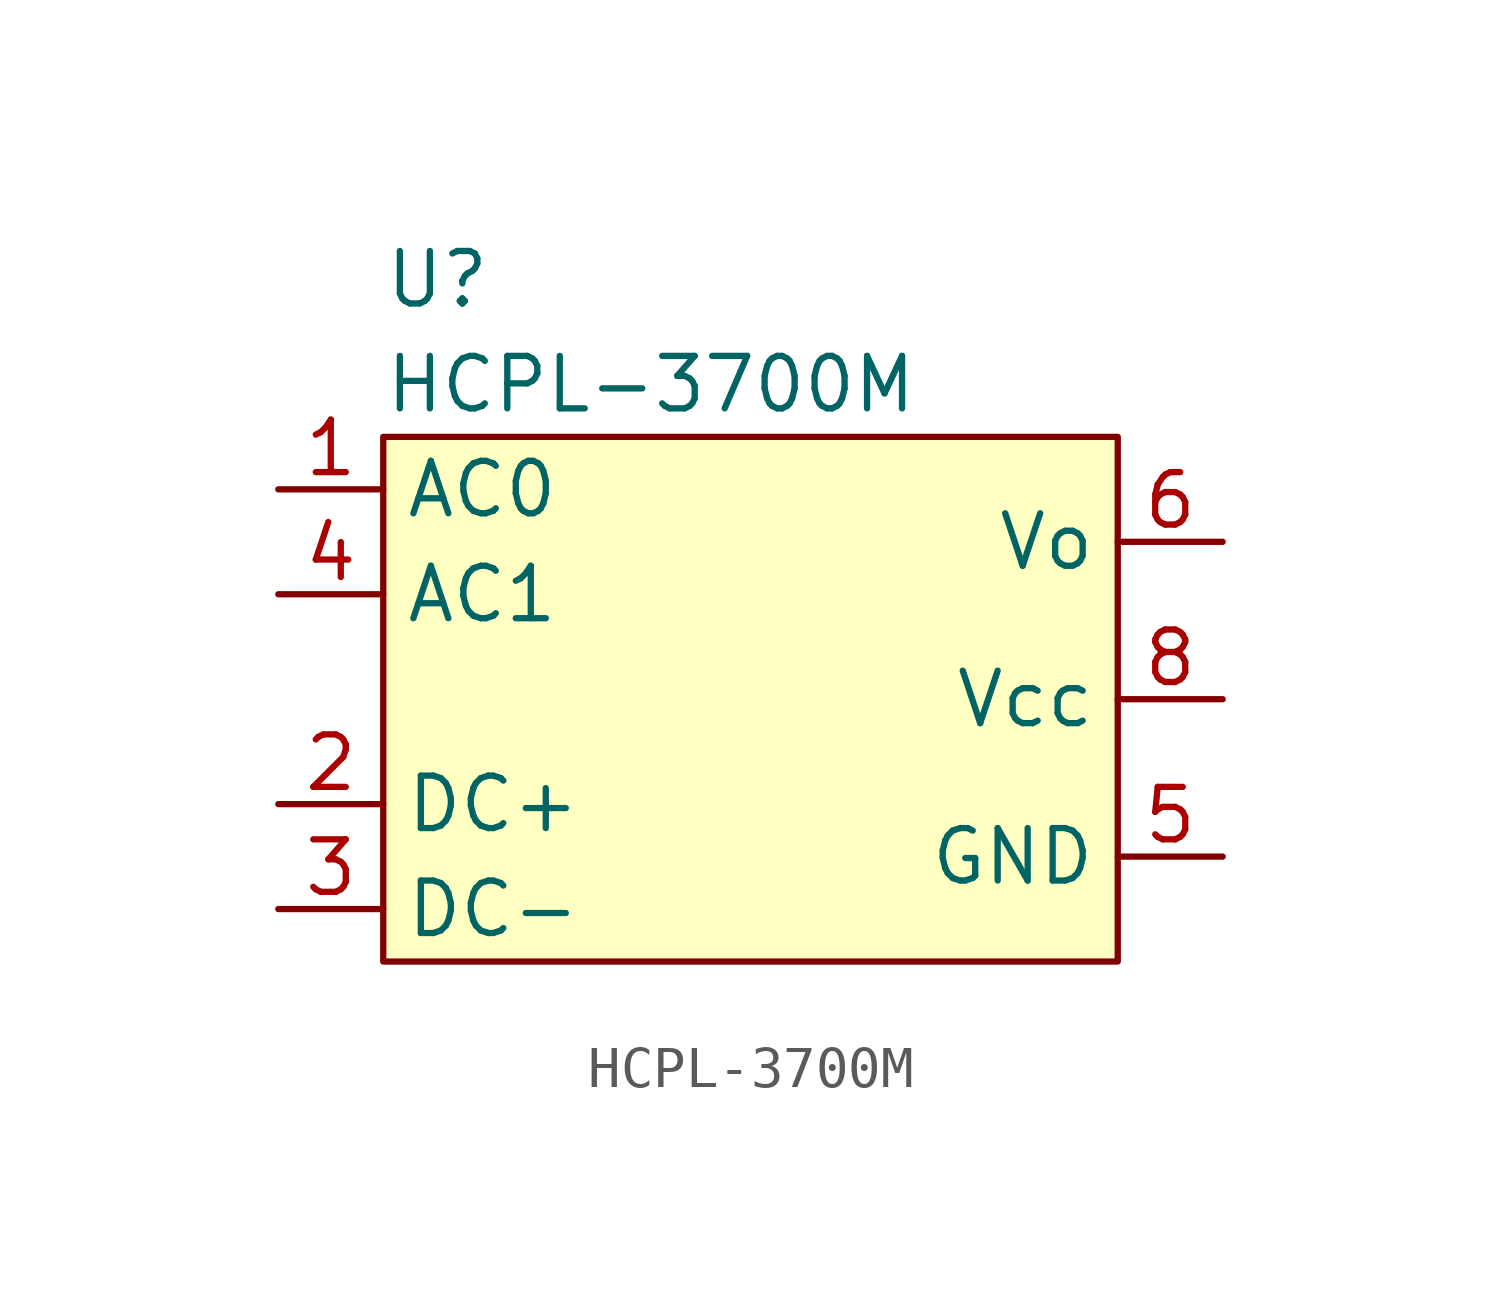
<source format=kicad_sym>
(kicad_symbol_lib
  (version 20220914)
  (generator kicad_symbol_editor)
  (symbol "HCPL-3700M"
    (property "Reference" "U"
      (at -8.89 6.35 0)
      (effects (font (size 1.27 1.27)) (justify left)))
    (property "Value" "HCPL-3700M"
      (at -8.89 3.81 0)
      (effects (font (size 1.27 1.27)) (justify left)))
    (symbol "HCPL-3700M_1_1"
      (rectangle (start -8.89 2.54) (end 8.89 -10.16) (stroke (width 0) (type default)) (fill (type background)))
      (pin passive line (at -11.43 1.27 0) (length 2.54) (name "AC0" (effects (font (size 1.27 1.27)))) (number "1" (effects (font (size 1.27 1.27)))))
      (pin passive line (at -11.43 -6.35 0) (length 2.54) (name "DC+" (effects (font (size 1.27 1.27)))) (number "2" (effects (font (size 1.27 1.27)))))
      (pin passive line (at -11.43 -8.89 0) (length 2.54) (name "DC-" (effects (font (size 1.27 1.27)))) (number "3" (effects (font (size 1.27 1.27)))))
      (pin passive line (at -11.43 -1.27 0) (length 2.54) (name "AC1" (effects (font (size 1.27 1.27)))) (number "4" (effects (font (size 1.27 1.27)))))
      (pin passive line (at 11.43 -7.62 180) (length 2.54) (name "GND" (effects (font (size 1.27 1.27)))) (number "5" (effects (font (size 1.27 1.27)))))
      (pin open_collector line (at 11.43 0 180) (length 2.54) (name "Vo" (effects (font (size 1.27 1.27)))) (number "6" (effects (font (size 1.27 1.27)))))
      (pin power_in line (at 11.43 -3.81 180) (length 2.54) (name "Vcc" (effects (font (size 1.27 1.27)))) (number "8" (effects (font (size 1.27 1.27))))))))
</source>
